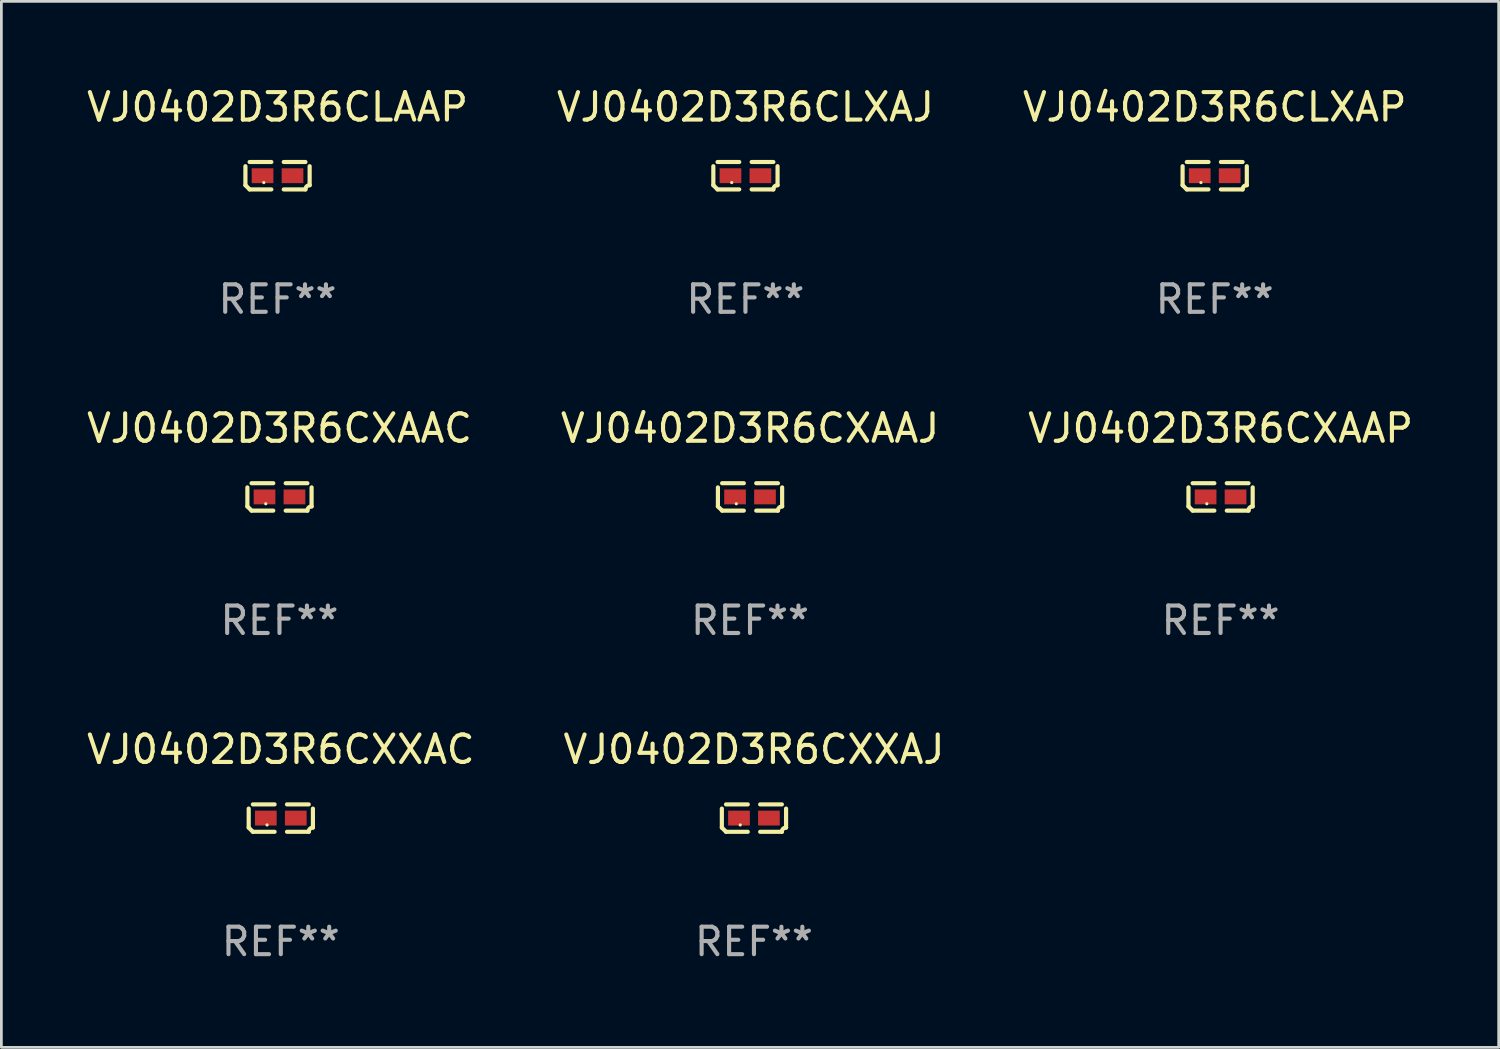
<source format=kicad_pcb>
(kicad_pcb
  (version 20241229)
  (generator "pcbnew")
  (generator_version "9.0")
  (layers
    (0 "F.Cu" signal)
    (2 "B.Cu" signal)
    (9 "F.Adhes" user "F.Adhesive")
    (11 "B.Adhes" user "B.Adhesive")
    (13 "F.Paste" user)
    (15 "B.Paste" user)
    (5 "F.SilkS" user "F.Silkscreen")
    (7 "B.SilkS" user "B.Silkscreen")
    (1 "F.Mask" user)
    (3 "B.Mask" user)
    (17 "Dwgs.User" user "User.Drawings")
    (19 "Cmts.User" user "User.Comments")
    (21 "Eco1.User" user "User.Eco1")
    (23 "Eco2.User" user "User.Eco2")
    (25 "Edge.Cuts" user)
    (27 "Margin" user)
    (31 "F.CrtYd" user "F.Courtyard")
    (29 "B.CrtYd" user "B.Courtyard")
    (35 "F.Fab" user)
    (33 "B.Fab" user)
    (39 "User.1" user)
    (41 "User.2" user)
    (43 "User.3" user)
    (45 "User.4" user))
  (footprint "VJ0402D3R6CXAAJ"
    (layer "F.Cu")
    (at 24.256 15.041)
    (property "Reference" "VJ0402D3R6CXAAJ" (at 0 -2.499 0) (layer "F.SilkS") (effects (font (size 1 1) (thickness 0.15))))
    (attr through_hole)
    (fp_line (start -1.169 0.346) (end -1.169 -0.346) (stroke (width 0.152) (type solid)) (layer "F.SilkS"))
    (fp_line (start -1.016 -0.499) (end -0.226 -0.499) (stroke (width 0.152) (type solid)) (layer "F.SilkS"))
    (fp_line (start -0.226 0.499) (end -1.016 0.499) (stroke (width 0.152) (type solid)) (layer "F.SilkS"))
    (fp_line (start 0.226 0.499) (end 1.016 0.499) (stroke (width 0.152) (type solid)) (layer "F.SilkS"))
    (fp_line (start 1.016 -0.499) (end 0.226 -0.499) (stroke (width 0.152) (type solid)) (layer "F.SilkS"))
    (fp_line (start 1.169 0.346) (end 1.169 -0.346) (stroke (width 0.152) (type solid)) (layer "F.SilkS"))
    (fp_arc (start -1.016307 0.498603) (mid -1.092512 0.422405) (end -1.16871 0.3462) (stroke (width 0.1524) (type solid)) (layer "F.SilkS"))
    (fp_arc (start 1.016307 0.498603) (mid 1.060899 0.390758) (end 1.168707 0.346076) (stroke (width 0.1524) (type solid)) (layer "F.SilkS"))
    (fp_circle (center -0.5 0.25) (end -0.47 0.25) (stroke (width 0.06) (type solid)) (fill no) (layer "F.SilkS"))
    (fp_text user "REF**" (at 0 4.499 0) (layer "F.Fab") (effects (font (size 1 1) (thickness 0.15))))
    (pad "1" smd rect (at -0.545 0) (size 0.79 0.54) (layers "F.Cu" "F.Mask" "F.Paste"))
    (pad "2" smd rect (at 0.545 0) (size 0.79 0.54) (layers "F.Cu" "F.Mask" "F.Paste")))
  (footprint "VJ0402D3R6CLAAP"
    (layer "F.Cu")
    (at 7.054 3.347)
    (property "Reference" "VJ0402D3R6CLAAP" (at 0 -2.499 0) (layer "F.SilkS") (effects (font (size 1 1) (thickness 0.15))))
    (attr through_hole)
    (fp_line (start -1.169 0.346) (end -1.169 -0.346) (stroke (width 0.152) (type solid)) (layer "F.SilkS"))
    (fp_line (start -1.016 -0.499) (end -0.226 -0.499) (stroke (width 0.152) (type solid)) (layer "F.SilkS"))
    (fp_line (start -0.226 0.499) (end -1.016 0.499) (stroke (width 0.152) (type solid)) (layer "F.SilkS"))
    (fp_line (start 0.226 0.499) (end 1.016 0.499) (stroke (width 0.152) (type solid)) (layer "F.SilkS"))
    (fp_line (start 1.016 -0.499) (end 0.226 -0.499) (stroke (width 0.152) (type solid)) (layer "F.SilkS"))
    (fp_line (start 1.169 0.346) (end 1.169 -0.346) (stroke (width 0.152) (type solid)) (layer "F.SilkS"))
    (fp_arc (start -1.016307 0.498603) (mid -1.092512 0.422405) (end -1.16871 0.3462) (stroke (width 0.1524) (type solid)) (layer "F.SilkS"))
    (fp_arc (start 1.016307 0.498603) (mid 1.060899 0.390758) (end 1.168707 0.346076) (stroke (width 0.1524) (type solid)) (layer "F.SilkS"))
    (fp_circle (center -0.5 0.25) (end -0.47 0.25) (stroke (width 0.06) (type solid)) (fill no) (layer "F.SilkS"))
    (fp_text user "REF**" (at 0 4.499 0) (layer "F.Fab") (effects (font (size 1 1) (thickness 0.15))))
    (pad "1" smd rect (at -0.545 0) (size 0.79 0.54) (layers "F.Cu" "F.Mask" "F.Paste"))
    (pad "2" smd rect (at 0.545 0) (size 0.79 0.54) (layers "F.Cu" "F.Mask" "F.Paste")))
  (footprint "VJ0402D3R6CXAAP"
    (layer "F.Cu")
    (at 41.387 15.041)
    (property "Reference" "VJ0402D3R6CXAAP" (at 0 -2.499 0) (layer "F.SilkS") (effects (font (size 1 1) (thickness 0.15))))
    (attr through_hole)
    (fp_line (start -1.169 0.346) (end -1.169 -0.346) (stroke (width 0.152) (type solid)) (layer "F.SilkS"))
    (fp_line (start -1.016 -0.499) (end -0.226 -0.499) (stroke (width 0.152) (type solid)) (layer "F.SilkS"))
    (fp_line (start -0.226 0.499) (end -1.016 0.499) (stroke (width 0.152) (type solid)) (layer "F.SilkS"))
    (fp_line (start 0.226 0.499) (end 1.016 0.499) (stroke (width 0.152) (type solid)) (layer "F.SilkS"))
    (fp_line (start 1.016 -0.499) (end 0.226 -0.499) (stroke (width 0.152) (type solid)) (layer "F.SilkS"))
    (fp_line (start 1.169 0.346) (end 1.169 -0.346) (stroke (width 0.152) (type solid)) (layer "F.SilkS"))
    (fp_arc (start -1.016307 0.498603) (mid -1.092512 0.422405) (end -1.16871 0.3462) (stroke (width 0.1524) (type solid)) (layer "F.SilkS"))
    (fp_arc (start 1.016307 0.498603) (mid 1.060899 0.390758) (end 1.168707 0.346076) (stroke (width 0.1524) (type solid)) (layer "F.SilkS"))
    (fp_circle (center -0.5 0.25) (end -0.47 0.25) (stroke (width 0.06) (type solid)) (fill no) (layer "F.SilkS"))
    (fp_text user "REF**" (at 0 4.499 0) (layer "F.Fab") (effects (font (size 1 1) (thickness 0.15))))
    (pad "1" smd rect (at -0.545 0) (size 0.79 0.54) (layers "F.Cu" "F.Mask" "F.Paste"))
    (pad "2" smd rect (at 0.545 0) (size 0.79 0.54) (layers "F.Cu" "F.Mask" "F.Paste")))
  (footprint "VJ0402D3R6CXXAC"
    (layer "F.Cu")
    (at 7.173 26.734)
    (property "Reference" "VJ0402D3R6CXXAC" (at 0 -2.499 0) (layer "F.SilkS") (effects (font (size 1 1) (thickness 0.15))))
    (attr through_hole)
    (fp_line (start -1.169 0.346) (end -1.169 -0.346) (stroke (width 0.152) (type solid)) (layer "F.SilkS"))
    (fp_line (start -1.016 -0.499) (end -0.226 -0.499) (stroke (width 0.152) (type solid)) (layer "F.SilkS"))
    (fp_line (start -0.226 0.499) (end -1.016 0.499) (stroke (width 0.152) (type solid)) (layer "F.SilkS"))
    (fp_line (start 0.226 0.499) (end 1.016 0.499) (stroke (width 0.152) (type solid)) (layer "F.SilkS"))
    (fp_line (start 1.016 -0.499) (end 0.226 -0.499) (stroke (width 0.152) (type solid)) (layer "F.SilkS"))
    (fp_line (start 1.169 0.346) (end 1.169 -0.346) (stroke (width 0.152) (type solid)) (layer "F.SilkS"))
    (fp_arc (start -1.016307 0.498603) (mid -1.092512 0.422405) (end -1.16871 0.3462) (stroke (width 0.1524) (type solid)) (layer "F.SilkS"))
    (fp_arc (start 1.016307 0.498603) (mid 1.060899 0.390758) (end 1.168707 0.346076) (stroke (width 0.1524) (type solid)) (layer "F.SilkS"))
    (fp_circle (center -0.5 0.25) (end -0.47 0.25) (stroke (width 0.06) (type solid)) (fill no) (layer "F.SilkS"))
    (fp_text user "REF**" (at 0 4.499 0) (layer "F.Fab") (effects (font (size 1 1) (thickness 0.15))))
    (pad "1" smd rect (at -0.545 0) (size 0.79 0.54) (layers "F.Cu" "F.Mask" "F.Paste"))
    (pad "2" smd rect (at 0.545 0) (size 0.79 0.54) (layers "F.Cu" "F.Mask" "F.Paste")))
  (footprint "VJ0402D3R6CLXAJ"
    (layer "F.Cu")
    (at 24.089 3.347)
    (property "Reference" "VJ0402D3R6CLXAJ" (at 0 -2.499 0) (layer "F.SilkS") (effects (font (size 1 1) (thickness 0.15))))
    (attr through_hole)
    (fp_line (start -1.169 0.346) (end -1.169 -0.346) (stroke (width 0.152) (type solid)) (layer "F.SilkS"))
    (fp_line (start -1.016 -0.499) (end -0.226 -0.499) (stroke (width 0.152) (type solid)) (layer "F.SilkS"))
    (fp_line (start -0.226 0.499) (end -1.016 0.499) (stroke (width 0.152) (type solid)) (layer "F.SilkS"))
    (fp_line (start 0.226 0.499) (end 1.016 0.499) (stroke (width 0.152) (type solid)) (layer "F.SilkS"))
    (fp_line (start 1.016 -0.499) (end 0.226 -0.499) (stroke (width 0.152) (type solid)) (layer "F.SilkS"))
    (fp_line (start 1.169 0.346) (end 1.169 -0.346) (stroke (width 0.152) (type solid)) (layer "F.SilkS"))
    (fp_arc (start -1.016307 0.498603) (mid -1.092512 0.422405) (end -1.16871 0.3462) (stroke (width 0.1524) (type solid)) (layer "F.SilkS"))
    (fp_arc (start 1.016307 0.498603) (mid 1.060899 0.390758) (end 1.168707 0.346076) (stroke (width 0.1524) (type solid)) (layer "F.SilkS"))
    (fp_circle (center -0.5 0.25) (end -0.47 0.25) (stroke (width 0.06) (type solid)) (fill no) (layer "F.SilkS"))
    (fp_text user "REF**" (at 0 4.499 0) (layer "F.Fab") (effects (font (size 1 1) (thickness 0.15))))
    (pad "1" smd rect (at -0.545 0) (size 0.79 0.54) (layers "F.Cu" "F.Mask" "F.Paste"))
    (pad "2" smd rect (at 0.545 0) (size 0.79 0.54) (layers "F.Cu" "F.Mask" "F.Paste")))
  (footprint "VJ0402D3R6CXAAC"
    (layer "F.Cu")
    (at 7.125 15.041)
    (property "Reference" "VJ0402D3R6CXAAC" (at 0 -2.499 0) (layer "F.SilkS") (effects (font (size 1 1) (thickness 0.15))))
    (attr through_hole)
    (fp_line (start -1.169 0.346) (end -1.169 -0.346) (stroke (width 0.152) (type solid)) (layer "F.SilkS"))
    (fp_line (start -1.016 -0.499) (end -0.226 -0.499) (stroke (width 0.152) (type solid)) (layer "F.SilkS"))
    (fp_line (start -0.226 0.499) (end -1.016 0.499) (stroke (width 0.152) (type solid)) (layer "F.SilkS"))
    (fp_line (start 0.226 0.499) (end 1.016 0.499) (stroke (width 0.152) (type solid)) (layer "F.SilkS"))
    (fp_line (start 1.016 -0.499) (end 0.226 -0.499) (stroke (width 0.152) (type solid)) (layer "F.SilkS"))
    (fp_line (start 1.169 0.346) (end 1.169 -0.346) (stroke (width 0.152) (type solid)) (layer "F.SilkS"))
    (fp_arc (start -1.016307 0.498603) (mid -1.092512 0.422405) (end -1.16871 0.3462) (stroke (width 0.1524) (type solid)) (layer "F.SilkS"))
    (fp_arc (start 1.016307 0.498603) (mid 1.060899 0.390758) (end 1.168707 0.346076) (stroke (width 0.1524) (type solid)) (layer "F.SilkS"))
    (fp_circle (center -0.5 0.25) (end -0.47 0.25) (stroke (width 0.06) (type solid)) (fill no) (layer "F.SilkS"))
    (fp_text user "REF**" (at 0 4.499 0) (layer "F.Fab") (effects (font (size 1 1) (thickness 0.15))))
    (pad "1" smd rect (at -0.545 0) (size 0.79 0.54) (layers "F.Cu" "F.Mask" "F.Paste"))
    (pad "2" smd rect (at 0.545 0) (size 0.79 0.54) (layers "F.Cu" "F.Mask" "F.Paste")))
  (footprint "VJ0402D3R6CXXAJ"
    (layer "F.Cu")
    (at 24.399 26.734)
    (property "Reference" "VJ0402D3R6CXXAJ" (at 0 -2.499 0) (layer "F.SilkS") (effects (font (size 1 1) (thickness 0.15))))
    (attr through_hole)
    (fp_line (start -1.169 0.346) (end -1.169 -0.346) (stroke (width 0.152) (type solid)) (layer "F.SilkS"))
    (fp_line (start -1.016 -0.499) (end -0.226 -0.499) (stroke (width 0.152) (type solid)) (layer "F.SilkS"))
    (fp_line (start -0.226 0.499) (end -1.016 0.499) (stroke (width 0.152) (type solid)) (layer "F.SilkS"))
    (fp_line (start 0.226 0.499) (end 1.016 0.499) (stroke (width 0.152) (type solid)) (layer "F.SilkS"))
    (fp_line (start 1.016 -0.499) (end 0.226 -0.499) (stroke (width 0.152) (type solid)) (layer "F.SilkS"))
    (fp_line (start 1.169 0.346) (end 1.169 -0.346) (stroke (width 0.152) (type solid)) (layer "F.SilkS"))
    (fp_arc (start -1.016307 0.498603) (mid -1.092512 0.422405) (end -1.16871 0.3462) (stroke (width 0.1524) (type solid)) (layer "F.SilkS"))
    (fp_arc (start 1.016307 0.498603) (mid 1.060899 0.390758) (end 1.168707 0.346076) (stroke (width 0.1524) (type solid)) (layer "F.SilkS"))
    (fp_circle (center -0.5 0.25) (end -0.47 0.25) (stroke (width 0.06) (type solid)) (fill no) (layer "F.SilkS"))
    (fp_text user "REF**" (at 0 4.499 0) (layer "F.Fab") (effects (font (size 1 1) (thickness 0.15))))
    (pad "1" smd rect (at -0.545 0) (size 0.79 0.54) (layers "F.Cu" "F.Mask" "F.Paste"))
    (pad "2" smd rect (at 0.545 0) (size 0.79 0.54) (layers "F.Cu" "F.Mask" "F.Paste")))
  (footprint "VJ0402D3R6CLXAP"
    (layer "F.Cu")
    (at 41.173 3.347)
    (property "Reference" "VJ0402D3R6CLXAP" (at 0 -2.499 0) (layer "F.SilkS") (effects (font (size 1 1) (thickness 0.15))))
    (attr through_hole)
    (fp_line (start -1.169 0.346) (end -1.169 -0.346) (stroke (width 0.152) (type solid)) (layer "F.SilkS"))
    (fp_line (start -1.016 -0.499) (end -0.226 -0.499) (stroke (width 0.152) (type solid)) (layer "F.SilkS"))
    (fp_line (start -0.226 0.499) (end -1.016 0.499) (stroke (width 0.152) (type solid)) (layer "F.SilkS"))
    (fp_line (start 0.226 0.499) (end 1.016 0.499) (stroke (width 0.152) (type solid)) (layer "F.SilkS"))
    (fp_line (start 1.016 -0.499) (end 0.226 -0.499) (stroke (width 0.152) (type solid)) (layer "F.SilkS"))
    (fp_line (start 1.169 0.346) (end 1.169 -0.346) (stroke (width 0.152) (type solid)) (layer "F.SilkS"))
    (fp_arc (start -1.016307 0.498603) (mid -1.092512 0.422405) (end -1.16871 0.3462) (stroke (width 0.1524) (type solid)) (layer "F.SilkS"))
    (fp_arc (start 1.016307 0.498603) (mid 1.060899 0.390758) (end 1.168707 0.346076) (stroke (width 0.1524) (type solid)) (layer "F.SilkS"))
    (fp_circle (center -0.5 0.25) (end -0.47 0.25) (stroke (width 0.06) (type solid)) (fill no) (layer "F.SilkS"))
    (fp_text user "REF**" (at 0 4.499 0) (layer "F.Fab") (effects (font (size 1 1) (thickness 0.15))))
    (pad "1" smd rect (at -0.545 0) (size 0.79 0.54) (layers "F.Cu" "F.Mask" "F.Paste"))
    (pad "2" smd rect (at 0.545 0) (size 0.79 0.54) (layers "F.Cu" "F.Mask" "F.Paste")))
  (gr_rect
    (start -3 -3)
    (end 51.512 35.081)
    (stroke (width 0.1) (type default))
    (fill no)
    (layer "Edge.Cuts")))
</source>
